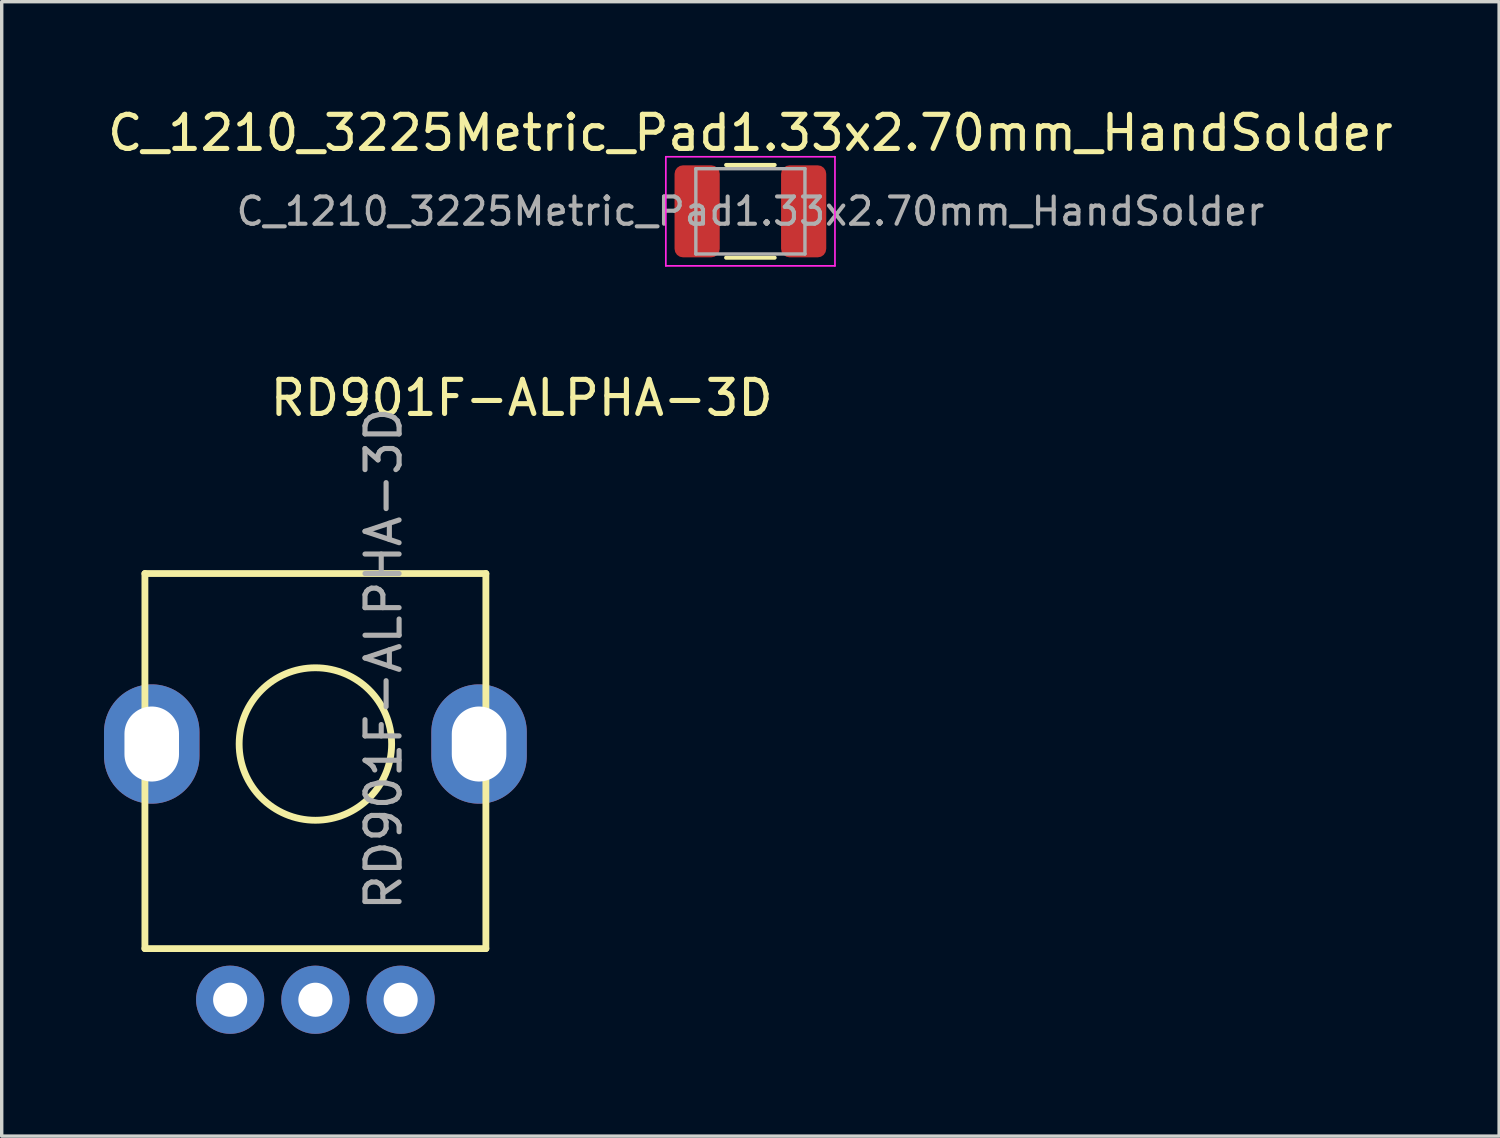
<source format=kicad_pcb>
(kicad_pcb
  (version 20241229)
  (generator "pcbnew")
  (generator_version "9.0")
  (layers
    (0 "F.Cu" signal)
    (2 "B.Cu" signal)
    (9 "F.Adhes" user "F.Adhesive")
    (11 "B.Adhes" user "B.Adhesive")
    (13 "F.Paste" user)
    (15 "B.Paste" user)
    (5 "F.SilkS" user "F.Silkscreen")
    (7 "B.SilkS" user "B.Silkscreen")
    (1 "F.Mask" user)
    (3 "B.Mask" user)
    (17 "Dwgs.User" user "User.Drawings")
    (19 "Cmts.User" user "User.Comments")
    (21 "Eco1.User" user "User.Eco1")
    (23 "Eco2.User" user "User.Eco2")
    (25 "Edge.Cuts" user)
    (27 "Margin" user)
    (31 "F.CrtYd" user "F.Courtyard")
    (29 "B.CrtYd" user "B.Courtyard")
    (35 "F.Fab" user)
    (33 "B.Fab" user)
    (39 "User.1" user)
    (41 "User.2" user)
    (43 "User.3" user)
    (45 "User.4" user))
  (footprint "C_1210_3225Metric_Pad1.33x2.70mm_HandSolder"
    (layer "F.Cu")
    (at 18.958 3.148)
    (property "Reference" "C_1210_3225Metric_Pad1.33x2.70mm_HandSolder" (at 0 -2.3 180) (layer "F.SilkS") (effects (font (size 1 1) (thickness 0.15))))
    (attr smd)
    (fp_line (start -0.711 -1.36) (end 0.711 -1.36) (stroke (width 0.12) (type solid)) (layer "F.SilkS"))
    (fp_line (start -0.711 1.36) (end 0.711 1.36) (stroke (width 0.12) (type solid)) (layer "F.SilkS"))
    (fp_line (start -2.48 -1.6) (end 2.48 -1.6) (stroke (width 0.05) (type solid)) (layer "F.CrtYd"))
    (fp_line (start -2.48 1.6) (end -2.48 -1.6) (stroke (width 0.05) (type solid)) (layer "F.CrtYd"))
    (fp_line (start 2.48 -1.6) (end 2.48 1.6) (stroke (width 0.05) (type solid)) (layer "F.CrtYd"))
    (fp_line (start 2.48 1.6) (end -2.48 1.6) (stroke (width 0.05) (type solid)) (layer "F.CrtYd"))
    (fp_line (start -1.6 -1.25) (end 1.6 -1.25) (stroke (width 0.1) (type solid)) (layer "F.Fab"))
    (fp_line (start -1.6 1.25) (end -1.6 -1.25) (stroke (width 0.1) (type solid)) (layer "F.Fab"))
    (fp_line (start 1.6 -1.25) (end 1.6 1.25) (stroke (width 0.1) (type solid)) (layer "F.Fab"))
    (fp_line (start 1.6 1.25) (end -1.6 1.25) (stroke (width 0.1) (type solid)) (layer "F.Fab"))
    (fp_text user "${REFERENCE}" (at 0 0 180) (layer "F.Fab") (effects (font (size 0.8 0.8) (thickness 0.12))))
    (pad "1" smd roundrect (at -1.562 0) (size 1.325 2.7) (layers "F.Cu" "F.Mask" "F.Paste") (roundrect_rratio 0.189))
    (pad "2" smd roundrect (at 1.562 0) (size 1.325 2.7) (layers "F.Cu" "F.Mask" "F.Paste") (roundrect_rratio 0.189)))
  (footprint "RD901F-ALPHA-3D"
    (layer "F.Cu")
    (at 6.2 18.771)
    (property "Reference" "RD901F-ALPHA-3D" (at 6.05 -10.15 0) (layer "F.SilkS") (effects (font (size 1 1) (thickness 0.15))))
    (attr through_hole)
    (fp_line (start -5 -5) (end 5 -5) (stroke (width 0.2) (type solid)) (layer "F.SilkS"))
    (fp_line (start -5 0) (end -5 -5) (stroke (width 0.2) (type solid)) (layer "F.SilkS"))
    (fp_line (start -5 6) (end -5 0) (stroke (width 0.2) (type solid)) (layer "F.SilkS"))
    (fp_line (start 5 -5) (end 5 6) (stroke (width 0.2) (type solid)) (layer "F.SilkS"))
    (fp_line (start 5 6) (end -5 6) (stroke (width 0.2) (type solid)) (layer "F.SilkS"))
    (fp_circle (center 0 0) (end 2.236 0) (stroke (width 0.2) (type solid)) (fill no) (layer "F.SilkS"))
    (fp_text user "${REFERENCE}" (at 2 -2.5 90) (layer "F.Fab") (effects (font (size 1 1) (thickness 0.15))))
    (pad "" thru_hole oval (at -4.8 0) (size 2.8 3.5) (drill oval 1.6 2.2) (layers "*.Cu" "*.Mask"))
    (pad "" thru_hole oval (at 4.8 0) (size 2.8 3.5) (drill oval 1.6 2.2) (layers "*.Cu" "*.Mask"))
    (pad "1" thru_hole circle (at 2.5 7.5) (size 2 2) (drill 1) (layers "*.Cu" "*.Mask"))
    (pad "2" thru_hole circle (at 0 7.5) (size 2 2) (drill 1) (layers "*.Cu" "*.Mask"))
    (pad "3" thru_hole circle (at -2.5 7.5) (size 2 2) (drill 1) (layers "*.Cu" "*.Mask")))
  (gr_rect
    (start -3 -3)
    (end 40.917 30.271)
    (stroke (width 0.1) (type default))
    (fill no)
    (layer "Edge.Cuts")))
</source>
